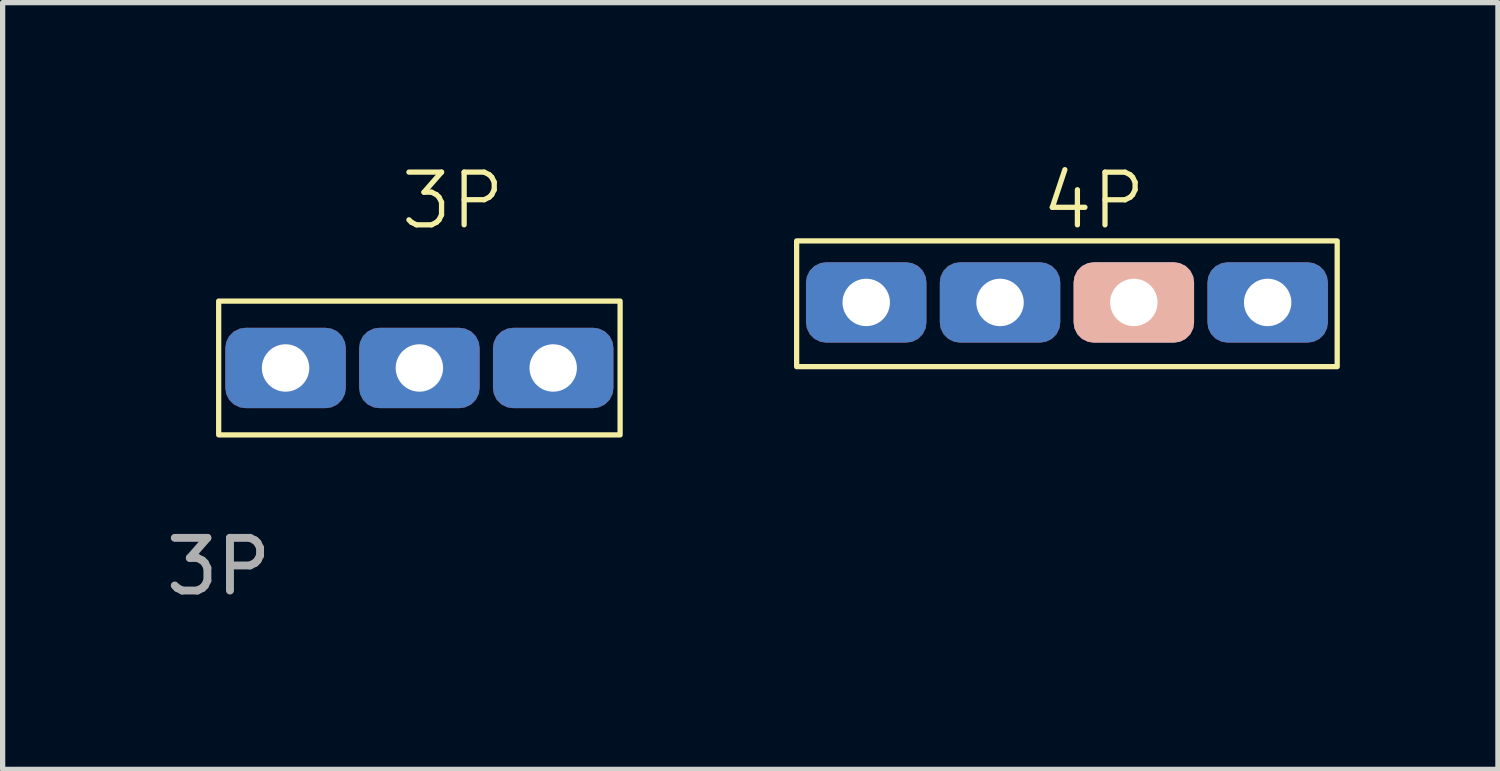
<source format=kicad_pcb>
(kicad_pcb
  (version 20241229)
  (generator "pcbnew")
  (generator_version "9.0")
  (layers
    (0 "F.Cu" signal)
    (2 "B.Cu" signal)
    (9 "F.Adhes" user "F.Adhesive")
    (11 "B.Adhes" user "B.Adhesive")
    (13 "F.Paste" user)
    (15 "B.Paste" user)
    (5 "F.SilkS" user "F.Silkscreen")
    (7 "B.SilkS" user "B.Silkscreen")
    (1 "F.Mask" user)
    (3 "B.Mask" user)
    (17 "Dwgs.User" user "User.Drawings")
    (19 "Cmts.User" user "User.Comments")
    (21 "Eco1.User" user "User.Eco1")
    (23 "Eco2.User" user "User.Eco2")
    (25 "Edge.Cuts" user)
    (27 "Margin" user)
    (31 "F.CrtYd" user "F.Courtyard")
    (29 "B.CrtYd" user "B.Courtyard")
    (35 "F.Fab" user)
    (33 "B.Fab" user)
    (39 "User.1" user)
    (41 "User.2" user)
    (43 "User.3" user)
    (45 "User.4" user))
  (footprint "4P"
    (layer "F.Cu")
    (at 12.021 3.961)
    (property "Reference" "4P" (at 5.69 -3.2 0) (unlocked yes) (layer "F.SilkS") (effects (font (size 1 1) (thickness 0.1))))
    (attr smd)
    (fp_rect (start 0.051 -2.438) (end 10.312 -0.051) (stroke (width 0.1) (type default)) (fill no) (layer "F.SilkS"))
    (pad "1" thru_hole roundrect (at 1.372 -1.27) (size 2.286 1.524) (drill 0.9) (layers "*.Cu" "*.Mask") (roundrect_rratio 0.25))
    (pad "2" thru_hole roundrect (at 3.912 -1.27) (size 2.286 1.524) (drill 0.9) (layers "*.Cu" "*.Mask") (roundrect_rratio 0.25))
    (pad "3" thru_hole roundrect (at 6.452 -1.27) (size 2.286 1.524) (drill 0.9) (layers "*.Cu" "*.Mask" "B.SilkS") (roundrect_rratio 0.25))
    (pad "4" thru_hole roundrect (at 8.992 -1.27) (size 2.286 1.524) (drill 0.9) (layers "*.Cu" "*.Mask") (roundrect_rratio 0.25)))
  (footprint "3P"
    (layer "F.Cu")
    (at 1.101 5.205)
    (property "Reference" "3P" (at 4.445 -4.445 0) (unlocked yes) (layer "F.SilkS") (effects (font (size 1 1) (thickness 0.1))))
    (attr smd)
    (fp_rect (start 0 -2.54) (end 7.62 0) (stroke (width 0.1) (type default)) (fill no) (layer "F.SilkS"))
    (fp_text user "${REFERENCE}" (at 0 2.5 0) (unlocked yes) (layer "F.Fab") (effects (font (size 1 1) (thickness 0.15))))
    (pad "1" thru_hole roundrect (at 1.27 -1.27) (size 2.286 1.524) (drill 0.9) (layers "*.Cu" "B.Mask") (roundrect_rratio 0.25))
    (pad "2" thru_hole roundrect (at 3.81 -1.27) (size 2.286 1.524) (drill 0.9) (layers "*.Cu" "B.Mask") (roundrect_rratio 0.25))
    (pad "3" thru_hole roundrect (at 6.35 -1.27) (size 2.286 1.524) (drill 0.9) (layers "*.Cu" "B.Mask") (roundrect_rratio 0.25)))
  (gr_rect
    (start -3 -3)
    (end 25.384 11.554)
    (stroke (width 0.1) (type default))
    (fill no)
    (layer "Edge.Cuts")))
</source>
